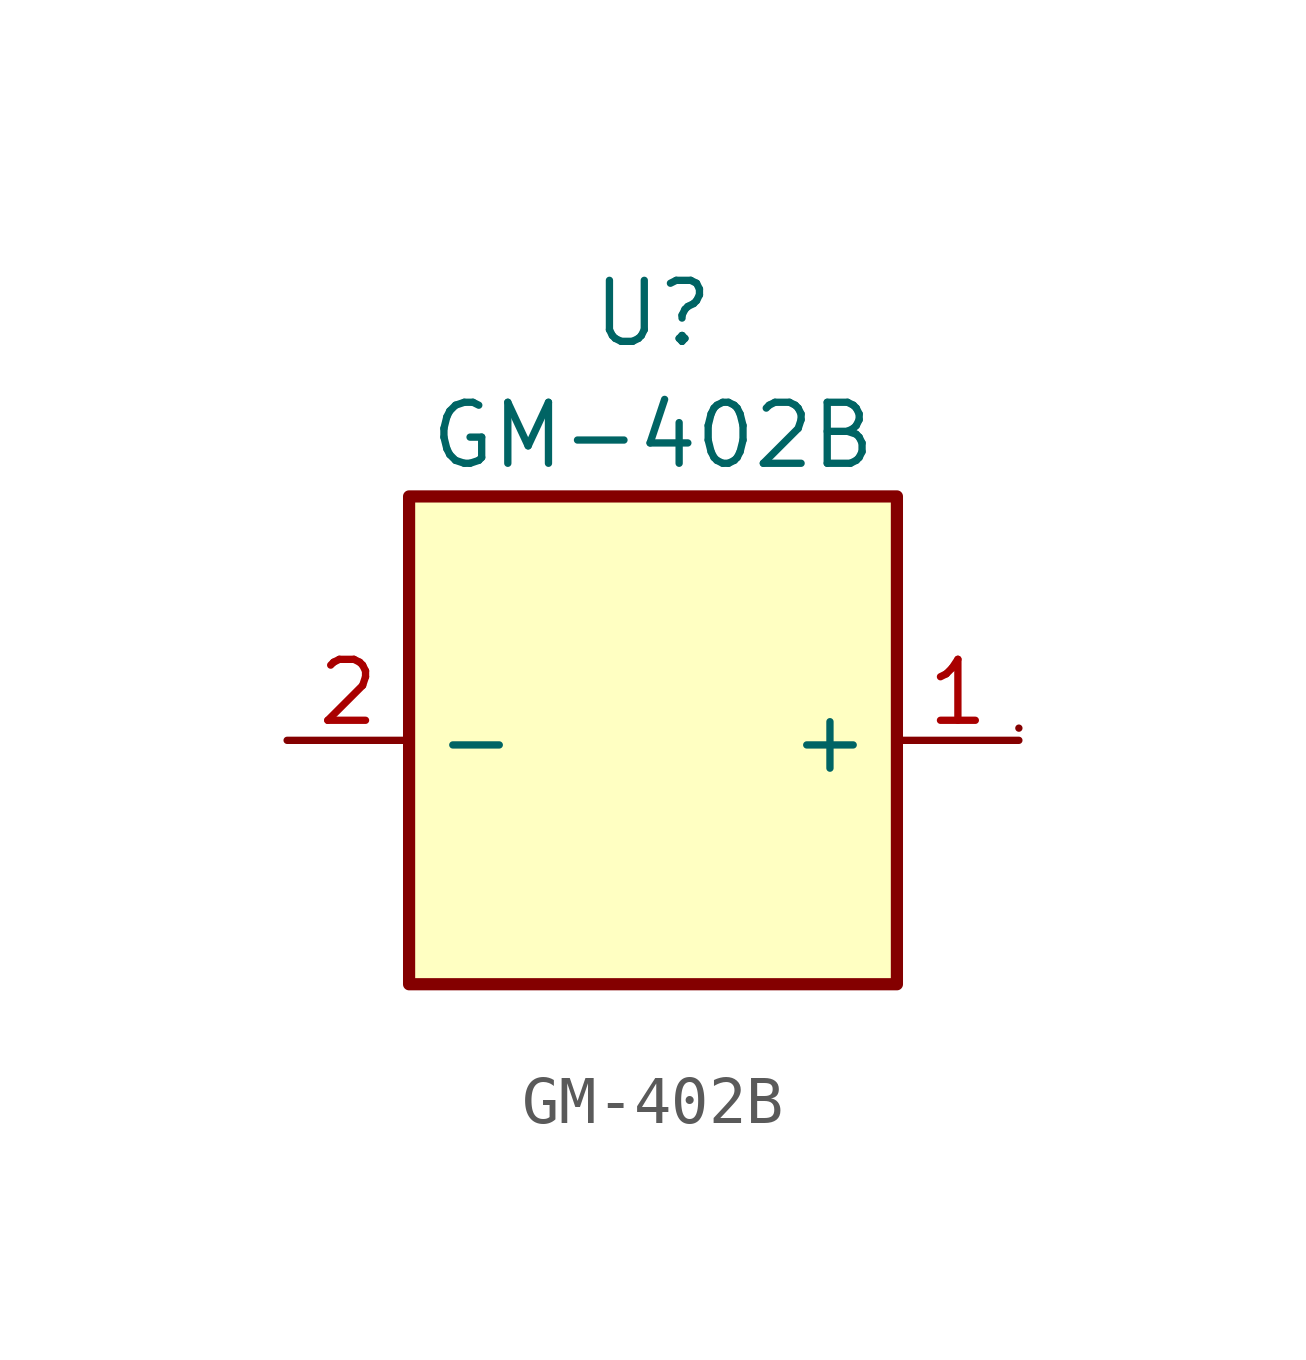
<source format=kicad_sym>
(kicad_symbol_lib
  (version 20231120)
  (generator "kicad_symbol_editor")
  (generator_version "8.0")
  (symbol "GM-402B"
    (property "Reference" "U"
      (at 0 8.89 0)
      (effects (font (size 1.27 1.27))))
    (property "Value" "GM-402B"
      (at 0 6.35 0)
      (effects (font (size 1.27 1.27))))
    (symbol "GM-402B_0_1"
      (rectangle (start -5.08 5.08) (end 5.08 -5.08) (stroke (width 0.254) (type default)) (fill (type background)))
      (rectangle (start 7.62 0.254) (end 7.62 0.254) (stroke (width 0) (type default)) (fill (type none))))
    (symbol "GM-402B_1_1"
      (pin passive line (at 7.62 0 180) (length 2.54) (name "+" (effects (font (size 1.27 1.27)))) (number "1" (effects (font (size 1.27 1.27)))))
      (pin passive line (at -7.62 0 0) (length 2.54) (name "-" (effects (font (size 1.27 1.27)))) (number "2" (effects (font (size 1.27 1.27)))))
      (pin no_connect line (at -5.08 0 0) (length 2.54) hide (name "NC" (effects (font (size 1.27 1.27)))) (number "2" (effects (font (size 1.27 1.27)))))
      (pin no_connect line (at 0 -5.08 90) (length 2.54) hide (name "NC" (effects (font (size 1.27 1.27)))) (number "4" (effects (font (size 1.27 1.27)))))
      (pin no_connect line (at 5.08 0 180) (length 2.54) hide (name "NC" (effects (font (size 1.27 1.27)))) (number "6" (effects (font (size 1.27 1.27)))))
      (pin no_connect line (at 0 5.08 270) (length 2.54) hide (name "NC" (effects (font (size 1.27 1.27)))) (number "8" (effects (font (size 1.27 1.27))))))))
</source>
